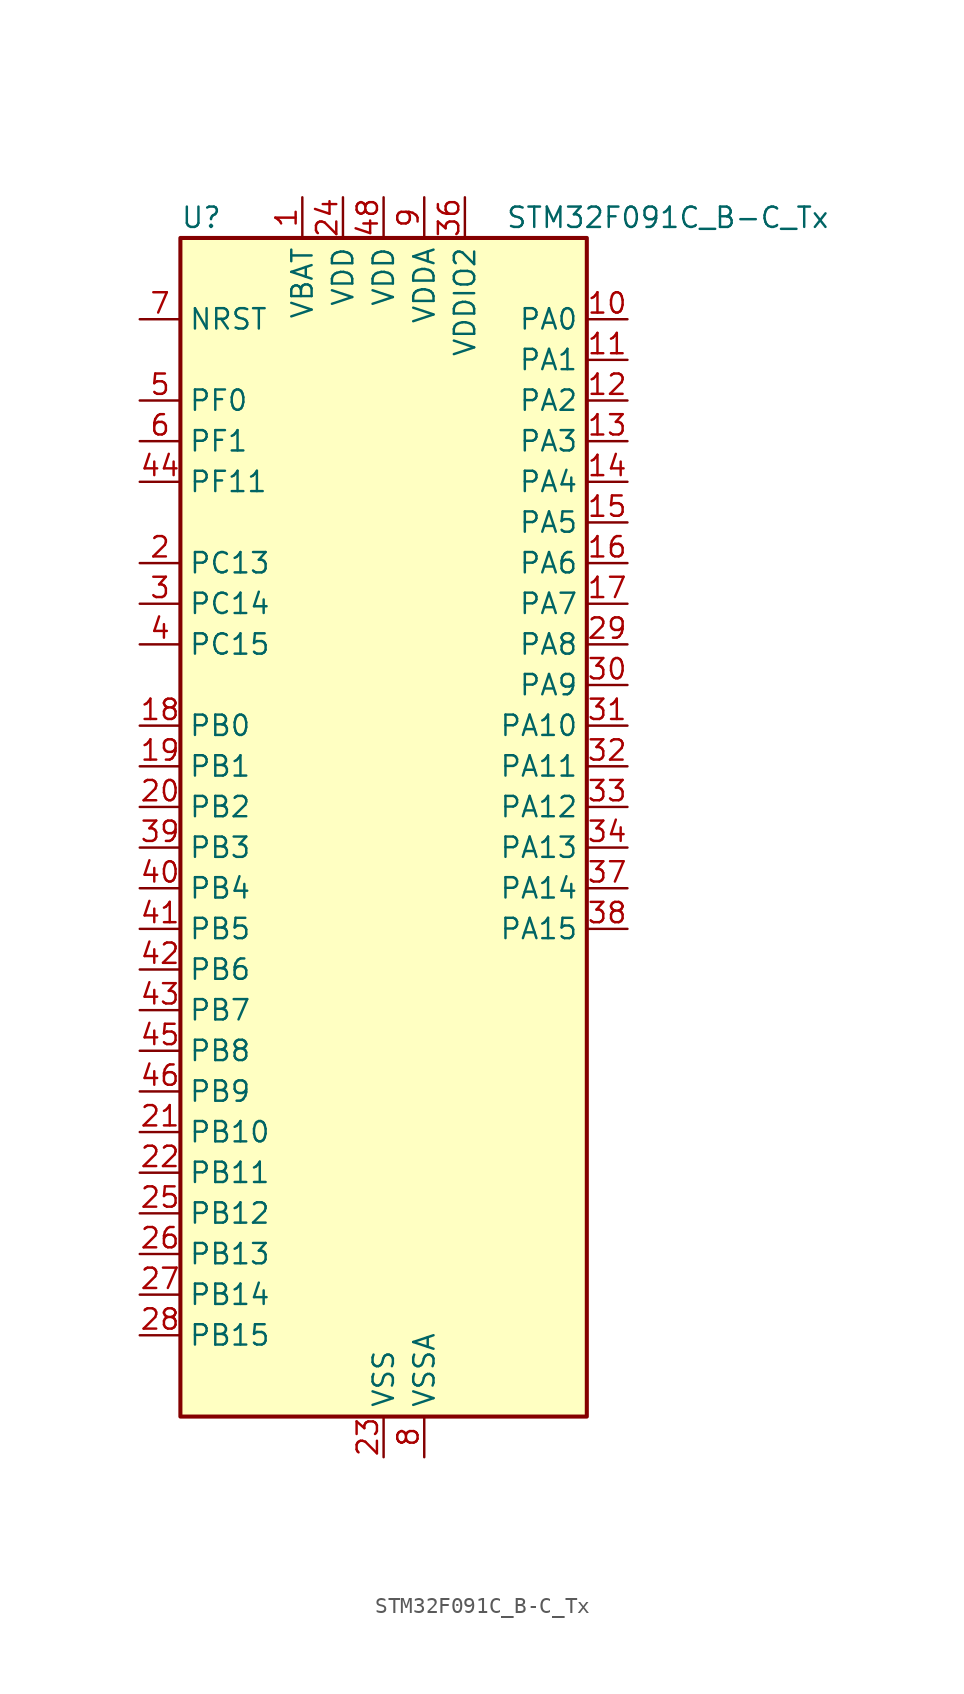
<source format=kicad_sym>
(kicad_symbol_lib
  (version 20241209)
  (generator "kicad_symbol_editor")
  (generator_version "9.0")
  (symbol "STM32F091C_B-C_Tx"
    (property "Reference" "U"
      (at -12.7 39.37 0)
      (effects (font (size 1.27 1.27)) (justify left)))
    (property "Value" "STM32F091C_B-C_Tx"
      (at 7.62 39.37 0)
      (effects (font (size 1.27 1.27)) (justify left)))
    (symbol "STM32F091C_B-C_Tx_0_1"
      (rectangle (start -12.7 -35.56) (end 12.7 38.1) (stroke (width 0.254) (type default)) (fill (type background))))
    (symbol "STM32F091C_B-C_Tx_1_1"
      (pin input line (at -15.24 33.02 0) (length 2.54) (name "NRST" (effects (font (size 1.27 1.27)))) (number "7" (effects (font (size 1.27 1.27)))))
      (pin bidirectional line (at -15.24 27.94 0) (length 2.54) (name "PF0" (effects (font (size 1.27 1.27)))) (number "5" (effects (font (size 1.27 1.27)))) (alternate "CRS_SYNC" bidirectional line) (alternate "I2C1_SDA" bidirectional line) (alternate "RCC_OSC_IN" bidirectional line))
      (pin bidirectional line (at -15.24 25.4 0) (length 2.54) (name "PF1" (effects (font (size 1.27 1.27)))) (number "6" (effects (font (size 1.27 1.27)))) (alternate "I2C1_SCL" bidirectional line) (alternate "RCC_OSC_OUT" bidirectional line))
      (pin bidirectional line (at -15.24 22.86 0) (length 2.54) (name "PF11" (effects (font (size 1.27 1.27)))) (number "44" (effects (font (size 1.27 1.27)))))
      (pin bidirectional line (at -15.24 17.78 0) (length 2.54) (name "PC13" (effects (font (size 1.27 1.27)))) (number "2" (effects (font (size 1.27 1.27)))) (alternate "RTC_OUT_ALARM" bidirectional line) (alternate "RTC_OUT_CALIB" bidirectional line) (alternate "RTC_TAMP1" bidirectional line) (alternate "RTC_TS" bidirectional line) (alternate "SYS_WKUP2" bidirectional line))
      (pin bidirectional line (at -15.24 15.24 0) (length 2.54) (name "PC14" (effects (font (size 1.27 1.27)))) (number "3" (effects (font (size 1.27 1.27)))) (alternate "RCC_OSC32_IN" bidirectional line))
      (pin bidirectional line (at -15.24 12.7 0) (length 2.54) (name "PC15" (effects (font (size 1.27 1.27)))) (number "4" (effects (font (size 1.27 1.27)))) (alternate "RCC_OSC32_OUT" bidirectional line))
      (pin bidirectional line (at -15.24 7.62 0) (length 2.54) (name "PB0" (effects (font (size 1.27 1.27)))) (number "18" (effects (font (size 1.27 1.27)))) (alternate "ADC_IN8" bidirectional line) (alternate "TIM1_CH2N" bidirectional line) (alternate "TIM3_CH3" bidirectional line) (alternate "TSC_G3_IO2" bidirectional line) (alternate "USART3_CK" bidirectional line))
      (pin bidirectional line (at -15.24 5.08 0) (length 2.54) (name "PB1" (effects (font (size 1.27 1.27)))) (number "19" (effects (font (size 1.27 1.27)))) (alternate "ADC_IN9" bidirectional line) (alternate "TIM14_CH1" bidirectional line) (alternate "TIM1_CH3N" bidirectional line) (alternate "TIM3_CH4" bidirectional line) (alternate "TSC_G3_IO3" bidirectional line) (alternate "USART3_DE" bidirectional line) (alternate "USART3_RTS" bidirectional line))
      (pin bidirectional line (at -15.24 2.54 0) (length 2.54) (name "PB2" (effects (font (size 1.27 1.27)))) (number "20" (effects (font (size 1.27 1.27)))) (alternate "TSC_G3_IO4" bidirectional line))
      (pin bidirectional line (at -15.24 0 0) (length 2.54) (name "PB3" (effects (font (size 1.27 1.27)))) (number "39" (effects (font (size 1.27 1.27)))) (alternate "I2S1_CK" bidirectional line) (alternate "SPI1_SCK" bidirectional line) (alternate "TIM2_CH2" bidirectional line) (alternate "TSC_G5_IO1" bidirectional line) (alternate "USART5_TX" bidirectional line))
      (pin bidirectional line (at -15.24 -2.54 0) (length 2.54) (name "PB4" (effects (font (size 1.27 1.27)))) (number "40" (effects (font (size 1.27 1.27)))) (alternate "I2S1_MCK" bidirectional line) (alternate "SPI1_MISO" bidirectional line) (alternate "TIM17_BKIN" bidirectional line) (alternate "TIM3_CH1" bidirectional line) (alternate "TSC_G5_IO2" bidirectional line) (alternate "USART5_RX" bidirectional line))
      (pin bidirectional line (at -15.24 -5.08 0) (length 2.54) (name "PB5" (effects (font (size 1.27 1.27)))) (number "41" (effects (font (size 1.27 1.27)))) (alternate "I2C1_SMBA" bidirectional line) (alternate "I2S1_SD" bidirectional line) (alternate "SPI1_MOSI" bidirectional line) (alternate "SYS_WKUP6" bidirectional line) (alternate "TIM16_BKIN" bidirectional line) (alternate "TIM3_CH2" bidirectional line) (alternate "USART5_CK" bidirectional line) (alternate "USART5_DE" bidirectional line) (alternate "USART5_RTS" bidirectional line))
      (pin bidirectional line (at -15.24 -7.62 0) (length 2.54) (name "PB6" (effects (font (size 1.27 1.27)))) (number "42" (effects (font (size 1.27 1.27)))) (alternate "I2C1_SCL" bidirectional line) (alternate "TIM16_CH1N" bidirectional line) (alternate "TSC_G5_IO3" bidirectional line) (alternate "USART1_TX" bidirectional line))
      (pin bidirectional line (at -15.24 -10.16 0) (length 2.54) (name "PB7" (effects (font (size 1.27 1.27)))) (number "43" (effects (font (size 1.27 1.27)))) (alternate "I2C1_SDA" bidirectional line) (alternate "TIM17_CH1N" bidirectional line) (alternate "TSC_G5_IO4" bidirectional line) (alternate "USART1_RX" bidirectional line) (alternate "USART4_CTS" bidirectional line))
      (pin bidirectional line (at -15.24 -12.7 0) (length 2.54) (name "PB8" (effects (font (size 1.27 1.27)))) (number "45" (effects (font (size 1.27 1.27)))) (alternate "CAN_RX" bidirectional line) (alternate "CEC" bidirectional line) (alternate "I2C1_SCL" bidirectional line) (alternate "TIM16_CH1" bidirectional line) (alternate "TSC_SYNC" bidirectional line))
      (pin bidirectional line (at -15.24 -15.24 0) (length 2.54) (name "PB9" (effects (font (size 1.27 1.27)))) (number "46" (effects (font (size 1.27 1.27)))) (alternate "CAN_TX" bidirectional line) (alternate "DAC_EXTI9" bidirectional line) (alternate "I2C1_SDA" bidirectional line) (alternate "I2S2_WS" bidirectional line) (alternate "IR_OUT" bidirectional line) (alternate "SPI2_NSS" bidirectional line) (alternate "TIM17_CH1" bidirectional line))
      (pin bidirectional line (at -15.24 -17.78 0) (length 2.54) (name "PB10" (effects (font (size 1.27 1.27)))) (number "21" (effects (font (size 1.27 1.27)))) (alternate "CEC" bidirectional line) (alternate "I2C2_SCL" bidirectional line) (alternate "I2S2_CK" bidirectional line) (alternate "SPI2_SCK" bidirectional line) (alternate "TIM2_CH3" bidirectional line) (alternate "TSC_SYNC" bidirectional line) (alternate "USART3_TX" bidirectional line))
      (pin bidirectional line (at -15.24 -20.32 0) (length 2.54) (name "PB11" (effects (font (size 1.27 1.27)))) (number "22" (effects (font (size 1.27 1.27)))) (alternate "I2C2_SDA" bidirectional line) (alternate "TIM2_CH4" bidirectional line) (alternate "TSC_G6_IO1" bidirectional line) (alternate "USART3_RX" bidirectional line))
      (pin bidirectional line (at -15.24 -22.86 0) (length 2.54) (name "PB12" (effects (font (size 1.27 1.27)))) (number "25" (effects (font (size 1.27 1.27)))) (alternate "I2S2_WS" bidirectional line) (alternate "SPI2_NSS" bidirectional line) (alternate "TIM15_BKIN" bidirectional line) (alternate "TIM1_BKIN" bidirectional line) (alternate "TSC_G6_IO2" bidirectional line) (alternate "USART3_CK" bidirectional line))
      (pin bidirectional line (at -15.24 -25.4 0) (length 2.54) (name "PB13" (effects (font (size 1.27 1.27)))) (number "26" (effects (font (size 1.27 1.27)))) (alternate "I2C2_SCL" bidirectional line) (alternate "I2S2_CK" bidirectional line) (alternate "SPI2_SCK" bidirectional line) (alternate "TIM1_CH1N" bidirectional line) (alternate "TSC_G6_IO3" bidirectional line) (alternate "USART3_CTS" bidirectional line))
      (pin bidirectional line (at -15.24 -27.94 0) (length 2.54) (name "PB14" (effects (font (size 1.27 1.27)))) (number "27" (effects (font (size 1.27 1.27)))) (alternate "I2C2_SDA" bidirectional line) (alternate "I2S2_MCK" bidirectional line) (alternate "SPI2_MISO" bidirectional line) (alternate "TIM15_CH1" bidirectional line) (alternate "TIM1_CH2N" bidirectional line) (alternate "TSC_G6_IO4" bidirectional line) (alternate "USART3_DE" bidirectional line) (alternate "USART3_RTS" bidirectional line))
      (pin bidirectional line (at -15.24 -30.48 0) (length 2.54) (name "PB15" (effects (font (size 1.27 1.27)))) (number "28" (effects (font (size 1.27 1.27)))) (alternate "I2S2_SD" bidirectional line) (alternate "RTC_REFIN" bidirectional line) (alternate "SPI2_MOSI" bidirectional line) (alternate "SYS_WKUP7" bidirectional line) (alternate "TIM15_CH1N" bidirectional line) (alternate "TIM15_CH2" bidirectional line) (alternate "TIM1_CH3N" bidirectional line))
      (pin power_in line (at -5.08 40.64 270) (length 2.54) (name "VBAT" (effects (font (size 1.27 1.27)))) (number "1" (effects (font (size 1.27 1.27)))))
      (pin power_in line (at -2.54 40.64 270) (length 2.54) (name "VDD" (effects (font (size 1.27 1.27)))) (number "24" (effects (font (size 1.27 1.27)))))
      (pin power_in line (at 0 40.64 270) (length 2.54) (name "VDD" (effects (font (size 1.27 1.27)))) (number "48" (effects (font (size 1.27 1.27)))))
      (pin power_in line (at 0 -38.1 90) (length 2.54) (name "VSS" (effects (font (size 1.27 1.27)))) (number "23" (effects (font (size 1.27 1.27)))))
      (pin passive line (at 0 -38.1 90) (length 2.54) (hide yes) (name "VSS" (effects (font (size 1.27 1.27)))) (number "35" (effects (font (size 1.27 1.27)))))
      (pin passive line (at 0 -38.1 90) (length 2.54) (hide yes) (name "VSS" (effects (font (size 1.27 1.27)))) (number "47" (effects (font (size 1.27 1.27)))))
      (pin power_in line (at 2.54 40.64 270) (length 2.54) (name "VDDA" (effects (font (size 1.27 1.27)))) (number "9" (effects (font (size 1.27 1.27)))))
      (pin power_in line (at 2.54 -38.1 90) (length 2.54) (name "VSSA" (effects (font (size 1.27 1.27)))) (number "8" (effects (font (size 1.27 1.27)))))
      (pin power_in line (at 5.08 40.64 270) (length 2.54) (name "VDDIO2" (effects (font (size 1.27 1.27)))) (number "36" (effects (font (size 1.27 1.27)))))
      (pin bidirectional line (at 15.24 33.02 180) (length 2.54) (name "PA0" (effects (font (size 1.27 1.27)))) (number "10" (effects (font (size 1.27 1.27)))) (alternate "ADC_IN0" bidirectional line) (alternate "COMP1_INM" bidirectional line) (alternate "COMP1_OUT" bidirectional line) (alternate "RTC_TAMP2" bidirectional line) (alternate "SYS_WKUP1" bidirectional line) (alternate "TIM2_CH1" bidirectional line) (alternate "TIM2_ETR" bidirectional line) (alternate "TSC_G1_IO1" bidirectional line) (alternate "USART2_CTS" bidirectional line) (alternate "USART4_TX" bidirectional line))
      (pin bidirectional line (at 15.24 30.48 180) (length 2.54) (name "PA1" (effects (font (size 1.27 1.27)))) (number "11" (effects (font (size 1.27 1.27)))) (alternate "ADC_IN1" bidirectional line) (alternate "COMP1_INP" bidirectional line) (alternate "TIM15_CH1N" bidirectional line) (alternate "TIM2_CH2" bidirectional line) (alternate "TSC_G1_IO2" bidirectional line) (alternate "USART2_DE" bidirectional line) (alternate "USART2_RTS" bidirectional line) (alternate "USART4_RX" bidirectional line))
      (pin bidirectional line (at 15.24 27.94 180) (length 2.54) (name "PA2" (effects (font (size 1.27 1.27)))) (number "12" (effects (font (size 1.27 1.27)))) (alternate "ADC_IN2" bidirectional line) (alternate "COMP2_INM" bidirectional line) (alternate "COMP2_OUT" bidirectional line) (alternate "SYS_WKUP4" bidirectional line) (alternate "TIM15_CH1" bidirectional line) (alternate "TIM2_CH3" bidirectional line) (alternate "TSC_G1_IO3" bidirectional line) (alternate "USART2_TX" bidirectional line))
      (pin bidirectional line (at 15.24 25.4 180) (length 2.54) (name "PA3" (effects (font (size 1.27 1.27)))) (number "13" (effects (font (size 1.27 1.27)))) (alternate "ADC_IN3" bidirectional line) (alternate "COMP2_INP" bidirectional line) (alternate "TIM15_CH2" bidirectional line) (alternate "TIM2_CH4" bidirectional line) (alternate "TSC_G1_IO4" bidirectional line) (alternate "USART2_RX" bidirectional line))
      (pin bidirectional line (at 15.24 22.86 180) (length 2.54) (name "PA4" (effects (font (size 1.27 1.27)))) (number "14" (effects (font (size 1.27 1.27)))) (alternate "ADC_IN4" bidirectional line) (alternate "COMP1_INM" bidirectional line) (alternate "COMP2_INM" bidirectional line) (alternate "DAC_OUT1" bidirectional line) (alternate "I2S1_WS" bidirectional line) (alternate "SPI1_NSS" bidirectional line) (alternate "TIM14_CH1" bidirectional line) (alternate "TSC_G2_IO1" bidirectional line) (alternate "USART2_CK" bidirectional line) (alternate "USART6_TX" bidirectional line))
      (pin bidirectional line (at 15.24 20.32 180) (length 2.54) (name "PA5" (effects (font (size 1.27 1.27)))) (number "15" (effects (font (size 1.27 1.27)))) (alternate "ADC_IN5" bidirectional line) (alternate "CEC" bidirectional line) (alternate "COMP1_INM" bidirectional line) (alternate "COMP2_INM" bidirectional line) (alternate "DAC_OUT2" bidirectional line) (alternate "I2S1_CK" bidirectional line) (alternate "SPI1_SCK" bidirectional line) (alternate "TIM2_CH1" bidirectional line) (alternate "TIM2_ETR" bidirectional line) (alternate "TSC_G2_IO2" bidirectional line) (alternate "USART6_RX" bidirectional line))
      (pin bidirectional line (at 15.24 17.78 180) (length 2.54) (name "PA6" (effects (font (size 1.27 1.27)))) (number "16" (effects (font (size 1.27 1.27)))) (alternate "ADC_IN6" bidirectional line) (alternate "COMP1_OUT" bidirectional line) (alternate "I2S1_MCK" bidirectional line) (alternate "SPI1_MISO" bidirectional line) (alternate "TIM16_CH1" bidirectional line) (alternate "TIM1_BKIN" bidirectional line) (alternate "TIM3_CH1" bidirectional line) (alternate "TSC_G2_IO3" bidirectional line) (alternate "USART3_CTS" bidirectional line))
      (pin bidirectional line (at 15.24 15.24 180) (length 2.54) (name "PA7" (effects (font (size 1.27 1.27)))) (number "17" (effects (font (size 1.27 1.27)))) (alternate "ADC_IN7" bidirectional line) (alternate "COMP2_OUT" bidirectional line) (alternate "I2S1_SD" bidirectional line) (alternate "SPI1_MOSI" bidirectional line) (alternate "TIM14_CH1" bidirectional line) (alternate "TIM17_CH1" bidirectional line) (alternate "TIM1_CH1N" bidirectional line) (alternate "TIM3_CH2" bidirectional line) (alternate "TSC_G2_IO4" bidirectional line))
      (pin bidirectional line (at 15.24 12.7 180) (length 2.54) (name "PA8" (effects (font (size 1.27 1.27)))) (number "29" (effects (font (size 1.27 1.27)))) (alternate "CRS_SYNC" bidirectional line) (alternate "RCC_MCO" bidirectional line) (alternate "TIM1_CH1" bidirectional line) (alternate "USART1_CK" bidirectional line))
      (pin bidirectional line (at 15.24 10.16 180) (length 2.54) (name "PA9" (effects (font (size 1.27 1.27)))) (number "30" (effects (font (size 1.27 1.27)))) (alternate "DAC_EXTI9" bidirectional line) (alternate "I2C1_SCL" bidirectional line) (alternate "RCC_MCO" bidirectional line) (alternate "TIM15_BKIN" bidirectional line) (alternate "TIM1_CH2" bidirectional line) (alternate "TSC_G4_IO1" bidirectional line) (alternate "USART1_TX" bidirectional line))
      (pin bidirectional line (at 15.24 7.62 180) (length 2.54) (name "PA10" (effects (font (size 1.27 1.27)))) (number "31" (effects (font (size 1.27 1.27)))) (alternate "I2C1_SDA" bidirectional line) (alternate "TIM17_BKIN" bidirectional line) (alternate "TIM1_CH3" bidirectional line) (alternate "TSC_G4_IO2" bidirectional line) (alternate "USART1_RX" bidirectional line))
      (pin bidirectional line (at 15.24 5.08 180) (length 2.54) (name "PA11" (effects (font (size 1.27 1.27)))) (number "32" (effects (font (size 1.27 1.27)))) (alternate "CAN_RX" bidirectional line) (alternate "COMP1_OUT" bidirectional line) (alternate "I2C2_SCL" bidirectional line) (alternate "TIM1_CH4" bidirectional line) (alternate "TSC_G4_IO3" bidirectional line) (alternate "USART1_CTS" bidirectional line))
      (pin bidirectional line (at 15.24 2.54 180) (length 2.54) (name "PA12" (effects (font (size 1.27 1.27)))) (number "33" (effects (font (size 1.27 1.27)))) (alternate "CAN_TX" bidirectional line) (alternate "COMP2_OUT" bidirectional line) (alternate "I2C2_SDA" bidirectional line) (alternate "TIM1_ETR" bidirectional line) (alternate "TSC_G4_IO4" bidirectional line) (alternate "USART1_DE" bidirectional line) (alternate "USART1_RTS" bidirectional line))
      (pin bidirectional line (at 15.24 0 180) (length 2.54) (name "PA13" (effects (font (size 1.27 1.27)))) (number "34" (effects (font (size 1.27 1.27)))) (alternate "IR_OUT" bidirectional line) (alternate "SYS_SWDIO" bidirectional line))
      (pin bidirectional line (at 15.24 -2.54 180) (length 2.54) (name "PA14" (effects (font (size 1.27 1.27)))) (number "37" (effects (font (size 1.27 1.27)))) (alternate "SYS_SWCLK" bidirectional line) (alternate "USART2_TX" bidirectional line))
      (pin bidirectional line (at 15.24 -5.08 180) (length 2.54) (name "PA15" (effects (font (size 1.27 1.27)))) (number "38" (effects (font (size 1.27 1.27)))) (alternate "I2S1_WS" bidirectional line) (alternate "SPI1_NSS" bidirectional line) (alternate "TIM2_CH1" bidirectional line) (alternate "TIM2_ETR" bidirectional line) (alternate "USART2_RX" bidirectional line) (alternate "USART4_DE" bidirectional line) (alternate "USART4_RTS" bidirectional line)))))
</source>
